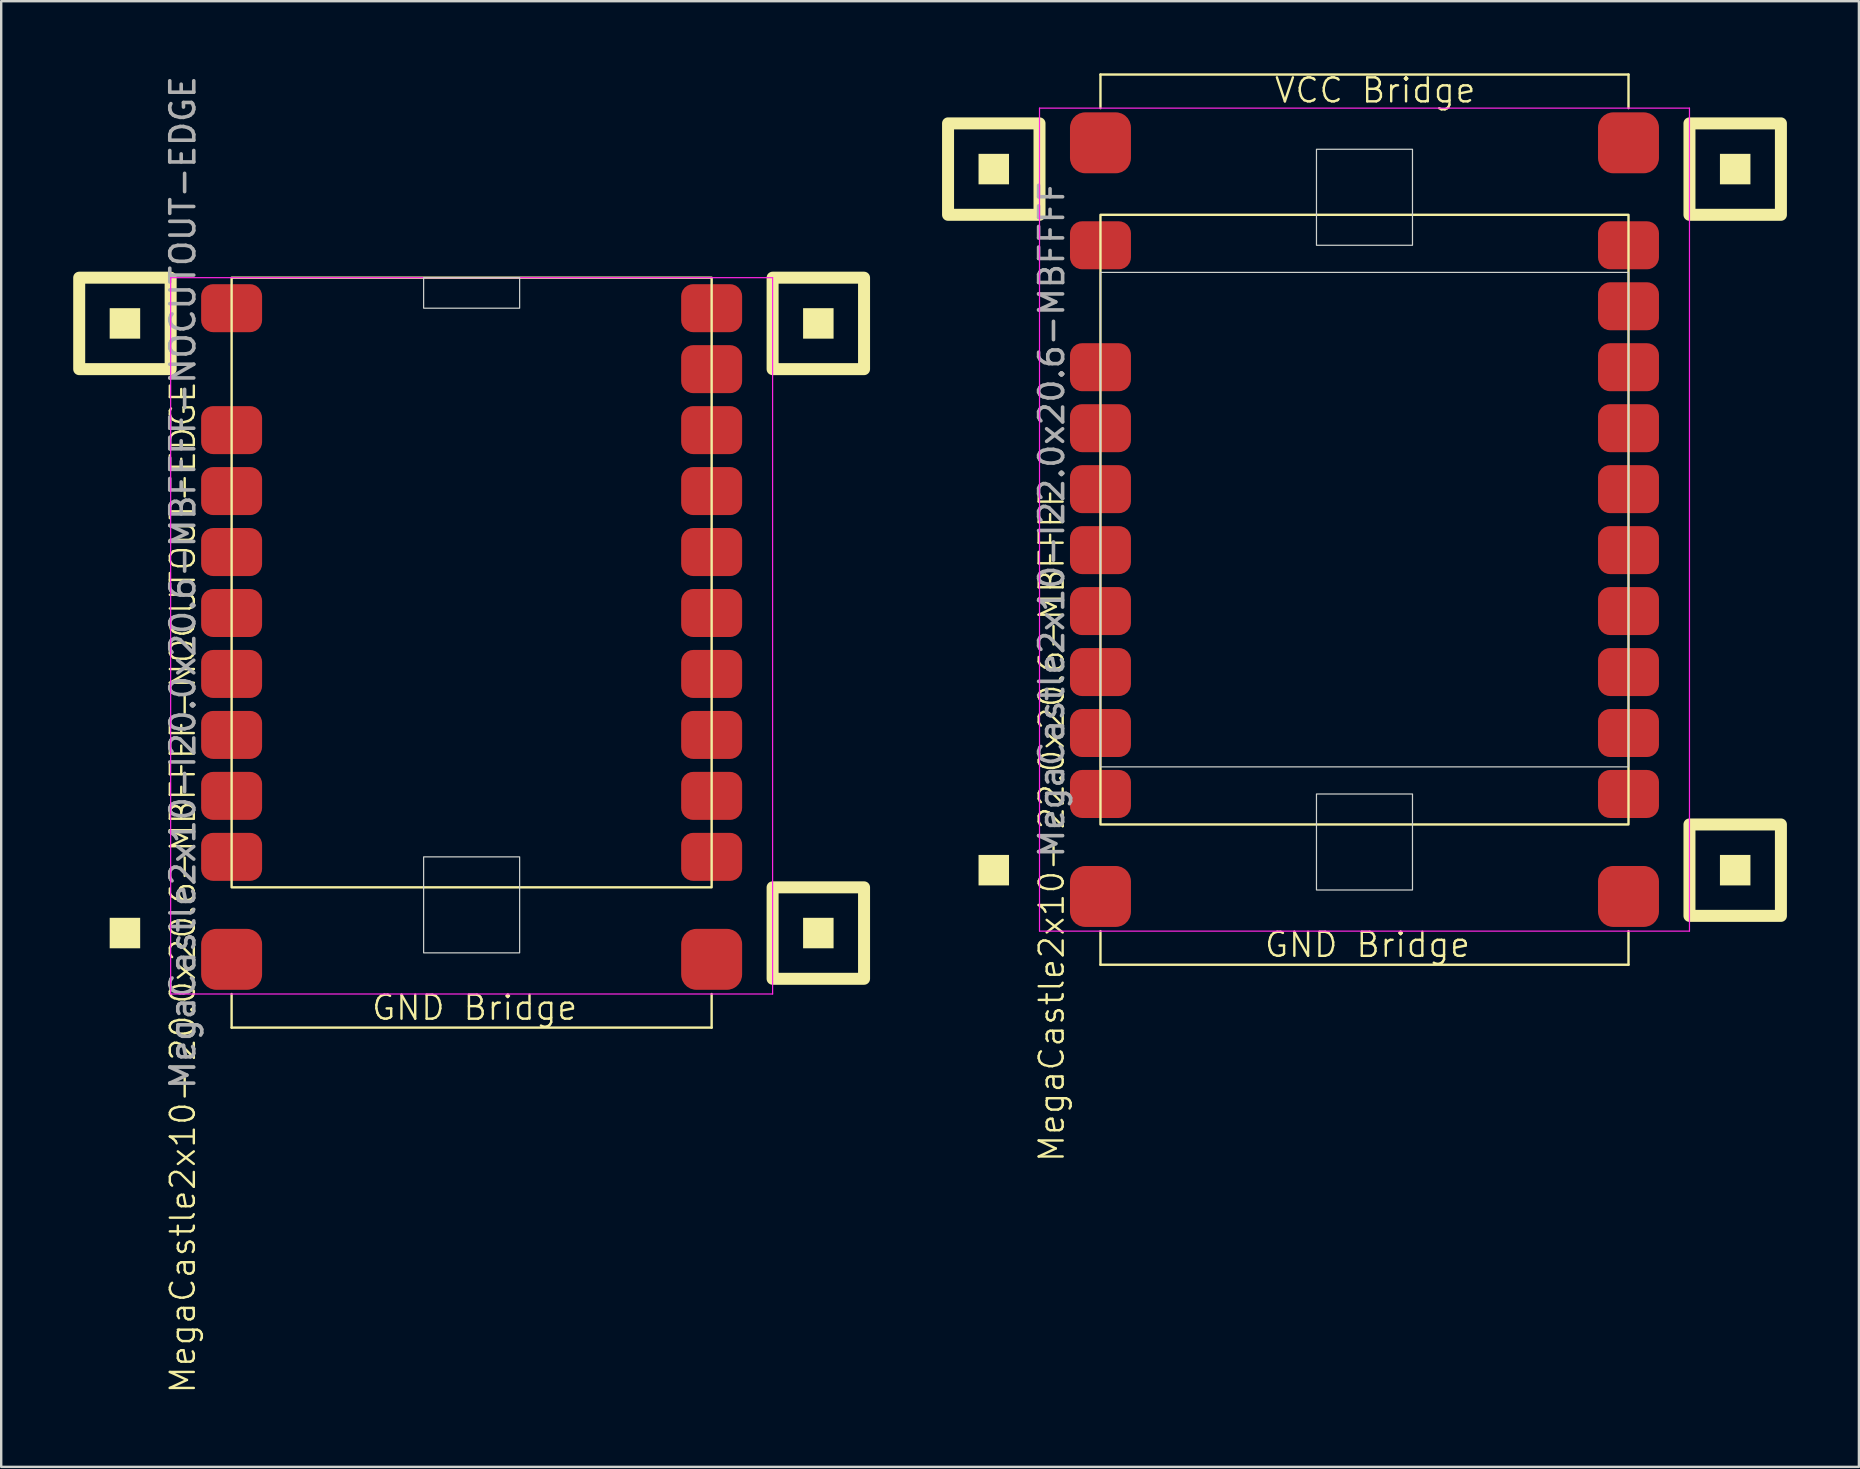
<source format=kicad_pcb>
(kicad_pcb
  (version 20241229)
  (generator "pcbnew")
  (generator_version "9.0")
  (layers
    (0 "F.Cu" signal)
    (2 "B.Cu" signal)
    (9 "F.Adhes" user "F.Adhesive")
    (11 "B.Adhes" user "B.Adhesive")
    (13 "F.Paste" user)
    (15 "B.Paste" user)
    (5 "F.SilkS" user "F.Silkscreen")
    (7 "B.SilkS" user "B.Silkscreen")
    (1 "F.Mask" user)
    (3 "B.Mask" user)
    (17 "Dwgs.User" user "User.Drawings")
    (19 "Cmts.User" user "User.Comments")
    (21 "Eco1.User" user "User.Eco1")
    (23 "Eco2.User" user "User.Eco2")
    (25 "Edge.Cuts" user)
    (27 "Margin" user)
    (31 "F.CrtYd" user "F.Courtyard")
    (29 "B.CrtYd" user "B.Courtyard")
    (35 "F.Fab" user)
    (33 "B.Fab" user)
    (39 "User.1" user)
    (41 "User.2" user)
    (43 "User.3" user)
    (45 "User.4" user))
  (footprint "MegaCastle2x10-I20.0x20.6-MBFFFF-NOCUTOUT-EDGE"
    (layer "F.Cu")
    (at 16.6 21.22)
    (property "Reference" "MegaCastle2x10-I20.0x20.6-MBFFFF-NOCUTOUT-EDGE" (at -12.032 12.7 90) (unlocked yes) (layer "F.SilkS") (effects (font (size 1 1) (thickness 0.1))))
    (attr smd)
    (fp_line (start -10 17.145) (end -10 18.545) (stroke (width 0.1) (type default)) (layer "F.SilkS"))
    (fp_line (start -10 18.545) (end 10 18.545) (stroke (width 0.1) (type default)) (layer "F.SilkS"))
    (fp_line (start 10 17.145) (end 10 18.545) (stroke (width 0.1) (type default)) (layer "F.SilkS"))
    (fp_rect (start -13.81 -10.16) (end -15.08 -11.43) (stroke (width 0) (type solid)) (fill yes) (layer "F.SilkS"))
    (fp_rect (start -13.81 15.24) (end -15.08 13.97) (stroke (width 0) (type solid)) (fill yes) (layer "F.SilkS"))
    (fp_rect (start -12.54 -8.89) (end -16.35 -12.7) (stroke (width 0.5) (type default)) (fill no) (layer "F.SilkS"))
    (fp_rect (start -10 -12.7) (end 10 12.7) (stroke (width 0.1) (type default)) (fill no) (layer "F.SilkS"))
    (fp_rect (start 15.08 -10.16) (end 13.81 -11.43) (stroke (width 0) (type solid)) (fill yes) (layer "F.SilkS"))
    (fp_rect (start 15.08 15.24) (end 13.81 13.97) (stroke (width 0) (type solid)) (fill yes) (layer "F.SilkS"))
    (fp_rect (start 16.35 -8.89) (end 12.54 -12.7) (stroke (width 0.5) (type default)) (fill no) (layer "F.SilkS"))
    (fp_rect (start 16.35 16.51) (end 12.54 12.7) (stroke (width 0.5) (type default)) (fill no) (layer "F.SilkS"))
    (fp_rect (start -2 -11.43) (end 2 -12.7) (stroke (width 0.05) (type default)) (fill no) (layer "Edge.Cuts"))
    (fp_rect (start -2 11.43) (end 2 15.43) (stroke (width 0.05) (type default)) (fill no) (layer "Edge.Cuts"))
    (fp_line (start -12.54 -12.7) (end -12.54 17.145) (stroke (width 0.05) (type default)) (layer "F.CrtYd"))
    (fp_line (start -12.54 17.145) (end 12.54 17.145) (stroke (width 0.05) (type default)) (layer "F.CrtYd"))
    (fp_line (start 12.54 -12.7) (end -12.54 -12.7) (stroke (width 0.05) (type default)) (layer "F.CrtYd"))
    (fp_line (start 12.54 -12.7) (end 12.54 17.145) (stroke (width 0.05) (type default)) (layer "F.CrtYd"))
    (fp_text user "GND Bridge" (at -4.226 18.3 0) (unlocked yes) (layer "F.SilkS") (effects (font (size 1 1) (thickness 0.1)) (justify left bottom)))
    (fp_text user "${REFERENCE}" (at -12.032 0 90) (unlocked yes) (layer "F.Fab") (effects (font (size 1 1) (thickness 0.15))))
    (pad "1" smd roundrect (at -10 -11.43) (size 2.54 2) (layers "F.Cu" "F.Mask" "F.Paste") (roundrect_rratio 0.25))
    (pad "3" smd roundrect (at -10 -6.35) (size 2.54 2) (layers "F.Cu" "F.Mask" "F.Paste") (roundrect_rratio 0.25))
    (pad "4" smd roundrect (at -10 -3.81) (size 2.54 2) (layers "F.Cu" "F.Mask" "F.Paste") (roundrect_rratio 0.25))
    (pad "5" smd roundrect (at -10 -1.27) (size 2.54 2) (layers "F.Cu" "F.Mask" "F.Paste") (roundrect_rratio 0.25))
    (pad "6" smd roundrect (at -10 1.27) (size 2.54 2) (layers "F.Cu" "F.Mask" "F.Paste") (roundrect_rratio 0.25))
    (pad "7" smd roundrect (at -10 3.81) (size 2.54 2) (layers "F.Cu" "F.Mask" "F.Paste") (roundrect_rratio 0.25))
    (pad "8" smd roundrect (at -10 6.35) (size 2.54 2) (layers "F.Cu" "F.Mask" "F.Paste") (roundrect_rratio 0.25))
    (pad "9" smd roundrect (at -10 8.89) (size 2.54 2) (layers "F.Cu" "F.Mask" "F.Paste") (roundrect_rratio 0.25))
    (pad "10" smd roundrect (at -10 11.43) (size 2.54 2) (layers "F.Cu" "F.Mask" "F.Paste") (roundrect_rratio 0.25))
    (pad "11" smd roundrect (at 10 -11.43) (size 2.54 2) (layers "F.Cu" "F.Mask" "F.Paste") (roundrect_rratio 0.25))
    (pad "12" smd roundrect (at 10 -8.89) (size 2.54 2) (layers "F.Cu" "F.Mask" "F.Paste") (roundrect_rratio 0.25))
    (pad "13" smd roundrect (at 10 -6.35) (size 2.54 2) (layers "F.Cu" "F.Mask" "F.Paste") (roundrect_rratio 0.25))
    (pad "14" smd roundrect (at 10 -3.81) (size 2.54 2) (layers "F.Cu" "F.Mask" "F.Paste") (roundrect_rratio 0.25))
    (pad "15" smd roundrect (at 10 -1.27) (size 2.54 2) (layers "F.Cu" "F.Mask" "F.Paste") (roundrect_rratio 0.25))
    (pad "16" smd roundrect (at 10 1.27) (size 2.54 2) (layers "F.Cu" "F.Mask" "F.Paste") (roundrect_rratio 0.25))
    (pad "17" smd roundrect (at 10 3.81) (size 2.54 2) (layers "F.Cu" "F.Mask" "F.Paste") (roundrect_rratio 0.25))
    (pad "18" smd roundrect (at 10 6.35) (size 2.54 2) (layers "F.Cu" "F.Mask" "F.Paste") (roundrect_rratio 0.25))
    (pad "19" smd roundrect (at 10 8.89) (size 2.54 2) (layers "F.Cu" "F.Mask" "F.Paste") (roundrect_rratio 0.25))
    (pad "20" smd roundrect (at 10 11.43) (size 2.54 2) (layers "F.Cu" "F.Mask" "F.Paste") (roundrect_rratio 0.25))
    (pad "B1" smd roundrect (at -10 15.7) (size 2.54 2.54) (layers "F.Cu" "F.Mask" "F.Paste") (roundrect_rratio 0.25))
    (pad "B2" smd roundrect (at 10 15.7) (size 2.54 2.54) (layers "F.Cu" "F.Mask" "F.Paste") (roundrect_rratio 0.25)))
  (footprint "MegaCastle2x10-I22.0x20.6-MBFFFF"
    (layer "F.Cu")
    (at 53.8 18.6)
    (property "Reference" "MegaCastle2x10-I22.0x20.6-MBFFFF" (at -13.032 12.7 90) (unlocked yes) (layer "F.SilkS") (effects (font (size 1 1) (thickness 0.1))))
    (attr smd)
    (fp_line (start -11 -18.545) (end 11 -18.545) (stroke (width 0.1) (type default)) (layer "F.SilkS"))
    (fp_line (start -11 -17.145) (end -11 -18.545) (stroke (width 0.1) (type default)) (layer "F.SilkS"))
    (fp_line (start -11 17.145) (end -11 18.545) (stroke (width 0.1) (type default)) (layer "F.SilkS"))
    (fp_line (start -11 18.545) (end 11 18.545) (stroke (width 0.1) (type default)) (layer "F.SilkS"))
    (fp_line (start 11 -17.145) (end 11 -18.545) (stroke (width 0.1) (type default)) (layer "F.SilkS"))
    (fp_line (start 11 17.145) (end 11 18.545) (stroke (width 0.1) (type default)) (layer "F.SilkS"))
    (fp_rect (start -14.81 -13.97) (end -16.08 -15.24) (stroke (width 0) (type solid)) (fill yes) (layer "F.SilkS"))
    (fp_rect (start -14.81 15.24) (end -16.08 13.97) (stroke (width 0) (type solid)) (fill yes) (layer "F.SilkS"))
    (fp_rect (start -13.54 -12.7) (end -17.35 -16.51) (stroke (width 0.5) (type default)) (fill no) (layer "F.SilkS"))
    (fp_rect (start -11 -12.7) (end 11 12.7) (stroke (width 0.1) (type default)) (fill no) (layer "F.SilkS"))
    (fp_rect (start 16.08 -13.97) (end 14.81 -15.24) (stroke (width 0) (type solid)) (fill yes) (layer "F.SilkS"))
    (fp_rect (start 16.08 15.24) (end 14.81 13.97) (stroke (width 0) (type solid)) (fill yes) (layer "F.SilkS"))
    (fp_rect (start 17.35 -12.7) (end 13.54 -16.51) (stroke (width 0.5) (type default)) (fill no) (layer "F.SilkS"))
    (fp_rect (start 17.35 16.51) (end 13.54 12.7) (stroke (width 0.5) (type default)) (fill no) (layer "F.SilkS"))
    (fp_rect (start -11 -10.3) (end 11 10.3) (stroke (width 0.05) (type default)) (fill no) (layer "Edge.Cuts"))
    (fp_rect (start -2 -11.43) (end 2 -15.43) (stroke (width 0.05) (type default)) (fill no) (layer "Edge.Cuts"))
    (fp_rect (start -2 11.43) (end 2 15.43) (stroke (width 0.05) (type default)) (fill no) (layer "Edge.Cuts"))
    (fp_line (start -13.54 -17.145) (end -13.54 17.145) (stroke (width 0.05) (type default)) (layer "F.CrtYd"))
    (fp_line (start -13.54 17.145) (end 13.54 17.145) (stroke (width 0.05) (type default)) (layer "F.CrtYd"))
    (fp_line (start 13.54 -17.145) (end -13.54 -17.145) (stroke (width 0.05) (type default)) (layer "F.CrtYd"))
    (fp_line (start 13.54 -17.145) (end 13.54 17.145) (stroke (width 0.05) (type default)) (layer "F.CrtYd"))
    (fp_text user "GND Bridge" (at -4.226 18.3 0) (unlocked yes) (layer "F.SilkS") (effects (font (size 1 1) (thickness 0.1)) (justify left bottom)))
    (fp_text user "VCC Bridge" (at -3.81 -17.3 0) (unlocked yes) (layer "F.SilkS") (effects (font (size 1 1) (thickness 0.1)) (justify left bottom)))
    (fp_text user "${REFERENCE}" (at -13.032 0 90) (unlocked yes) (layer "F.Fab") (effects (font (size 1 1) (thickness 0.15))))
    (pad "1" smd roundrect (at -11 -11.43) (size 2.54 2) (layers "F.Cu" "F.Mask" "F.Paste") (roundrect_rratio 0.25))
    (pad "3" smd roundrect (at -11 -6.35) (size 2.54 2) (layers "F.Cu" "F.Mask" "F.Paste") (roundrect_rratio 0.25))
    (pad "4" smd roundrect (at -11 -3.81) (size 2.54 2) (layers "F.Cu" "F.Mask" "F.Paste") (roundrect_rratio 0.25))
    (pad "5" smd roundrect (at -11 -1.27) (size 2.54 2) (layers "F.Cu" "F.Mask" "F.Paste") (roundrect_rratio 0.25))
    (pad "6" smd roundrect (at -11 1.27) (size 2.54 2) (layers "F.Cu" "F.Mask" "F.Paste") (roundrect_rratio 0.25))
    (pad "7" smd roundrect (at -11 3.81) (size 2.54 2) (layers "F.Cu" "F.Mask" "F.Paste") (roundrect_rratio 0.25))
    (pad "8" smd roundrect (at -11 6.35) (size 2.54 2) (layers "F.Cu" "F.Mask" "F.Paste") (roundrect_rratio 0.25))
    (pad "9" smd roundrect (at -11 8.89) (size 2.54 2) (layers "F.Cu" "F.Mask" "F.Paste") (roundrect_rratio 0.25))
    (pad "10" smd roundrect (at -11 11.43) (size 2.54 2) (layers "F.Cu" "F.Mask" "F.Paste") (roundrect_rratio 0.25))
    (pad "11" smd roundrect (at 11 -11.43) (size 2.54 2) (layers "F.Cu" "F.Mask" "F.Paste") (roundrect_rratio 0.25))
    (pad "12" smd roundrect (at 11 -8.89) (size 2.54 2) (layers "F.Cu" "F.Mask" "F.Paste") (roundrect_rratio 0.25))
    (pad "13" smd roundrect (at 11 -6.35) (size 2.54 2) (layers "F.Cu" "F.Mask" "F.Paste") (roundrect_rratio 0.25))
    (pad "14" smd roundrect (at 11 -3.81) (size 2.54 2) (layers "F.Cu" "F.Mask" "F.Paste") (roundrect_rratio 0.25))
    (pad "15" smd roundrect (at 11 -1.27) (size 2.54 2) (layers "F.Cu" "F.Mask" "F.Paste") (roundrect_rratio 0.25))
    (pad "16" smd roundrect (at 11 1.27) (size 2.54 2) (layers "F.Cu" "F.Mask" "F.Paste") (roundrect_rratio 0.25))
    (pad "17" smd roundrect (at 11 3.81) (size 2.54 2) (layers "F.Cu" "F.Mask" "F.Paste") (roundrect_rratio 0.25))
    (pad "18" smd roundrect (at 11 6.35) (size 2.54 2) (layers "F.Cu" "F.Mask" "F.Paste") (roundrect_rratio 0.25))
    (pad "19" smd roundrect (at 11 8.89) (size 2.54 2) (layers "F.Cu" "F.Mask" "F.Paste") (roundrect_rratio 0.25))
    (pad "20" smd roundrect (at 11 11.43) (size 2.54 2) (layers "F.Cu" "F.Mask" "F.Paste") (roundrect_rratio 0.25))
    (pad "A1" smd roundrect (at -11 -15.7) (size 2.54 2.54) (layers "F.Cu" "F.Mask" "F.Paste") (roundrect_rratio 0.25))
    (pad "A2" smd roundrect (at 11 -15.7) (size 2.54 2.54) (layers "F.Cu" "F.Mask" "F.Paste") (roundrect_rratio 0.25))
    (pad "B1" smd roundrect (at -11 15.7) (size 2.54 2.54) (layers "F.Cu" "F.Mask" "F.Paste") (roundrect_rratio 0.25))
    (pad "B2" smd roundrect (at 11 15.7) (size 2.54 2.54) (layers "F.Cu" "F.Mask" "F.Paste") (roundrect_rratio 0.25)))
  (gr_rect
    (start -3 -3)
    (end 74.4 58.065)
    (stroke (width 0.1) (type default))
    (fill no)
    (layer "Edge.Cuts")))
</source>
